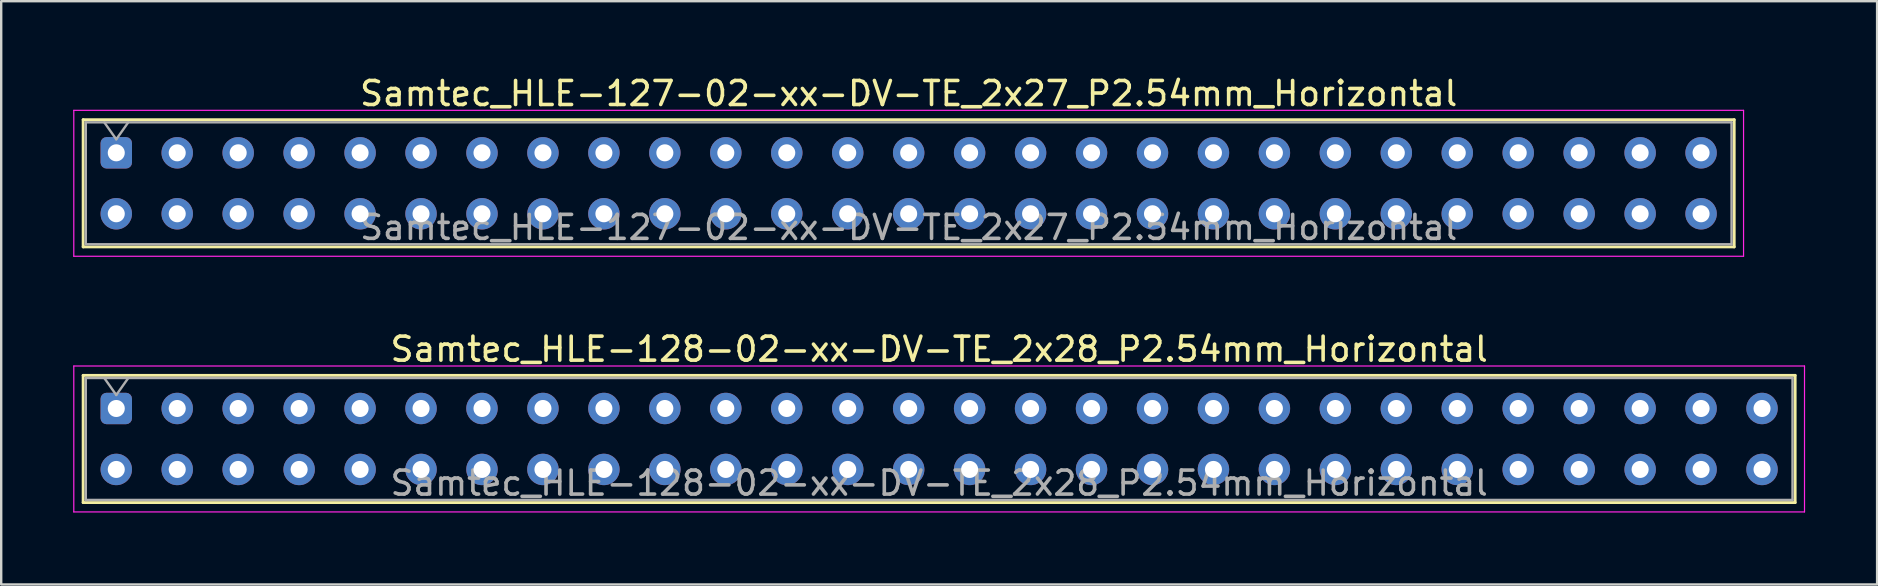
<source format=kicad_pcb>
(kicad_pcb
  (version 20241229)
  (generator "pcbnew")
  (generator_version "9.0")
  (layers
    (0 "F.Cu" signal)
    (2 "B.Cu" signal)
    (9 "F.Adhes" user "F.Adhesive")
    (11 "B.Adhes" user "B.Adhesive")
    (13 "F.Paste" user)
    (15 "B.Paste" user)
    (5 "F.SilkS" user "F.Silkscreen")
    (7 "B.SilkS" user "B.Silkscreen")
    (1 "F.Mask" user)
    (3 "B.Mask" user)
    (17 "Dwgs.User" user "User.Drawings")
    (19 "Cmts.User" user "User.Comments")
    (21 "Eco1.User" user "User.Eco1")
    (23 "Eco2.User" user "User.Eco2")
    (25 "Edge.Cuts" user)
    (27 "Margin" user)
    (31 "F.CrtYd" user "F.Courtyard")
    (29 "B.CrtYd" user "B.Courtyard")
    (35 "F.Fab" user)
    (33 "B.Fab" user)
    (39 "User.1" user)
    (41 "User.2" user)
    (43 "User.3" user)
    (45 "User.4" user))
  (footprint "Samtec_HLE-127-02-xx-DV-TE_2x27_P2.54mm_Horizontal"
    (layer "F.Cu")
    (at 1.795 3.318)
    (property "Reference" "Samtec_HLE-127-02-xx-DV-TE_2x27_P2.54mm_Horizontal" (at 33.02 -2.47 0) (layer "F.SilkS") (effects (font (size 1 1) (thickness 0.15))))
    (attr through_hole)
    (fp_line (start -1.38 -1.38) (end 67.42 -1.38) (stroke (width 0.12) (type solid)) (layer "F.SilkS"))
    (fp_line (start -1.38 3.92) (end -1.38 -1.38) (stroke (width 0.12) (type solid)) (layer "F.SilkS"))
    (fp_line (start 67.42 -1.38) (end 67.42 3.92) (stroke (width 0.12) (type solid)) (layer "F.SilkS"))
    (fp_line (start 67.42 3.92) (end -1.38 3.92) (stroke (width 0.12) (type solid)) (layer "F.SilkS"))
    (fp_line (start -1.77 -1.77) (end 67.81 -1.77) (stroke (width 0.05) (type solid)) (layer "F.CrtYd"))
    (fp_line (start -1.77 4.31) (end -1.77 -1.77) (stroke (width 0.05) (type solid)) (layer "F.CrtYd"))
    (fp_line (start 67.81 -1.77) (end 67.81 4.31) (stroke (width 0.05) (type solid)) (layer "F.CrtYd"))
    (fp_line (start 67.81 4.31) (end -1.77 4.31) (stroke (width 0.05) (type solid)) (layer "F.CrtYd"))
    (fp_line (start -1.27 -1.27) (end 67.31 -1.27) (stroke (width 0.1) (type solid)) (layer "F.Fab"))
    (fp_line (start -1.27 3.81) (end -1.27 -1.27) (stroke (width 0.1) (type solid)) (layer "F.Fab"))
    (fp_line (start -0.5 -1.27) (end 0 -0.563) (stroke (width 0.1) (type solid)) (layer "F.Fab"))
    (fp_line (start 0 -0.563) (end 0.5 -1.27) (stroke (width 0.1) (type solid)) (layer "F.Fab"))
    (fp_line (start 67.31 -1.27) (end 67.31 3.81) (stroke (width 0.1) (type solid)) (layer "F.Fab"))
    (fp_line (start 67.31 3.81) (end -1.27 3.81) (stroke (width 0.1) (type solid)) (layer "F.Fab"))
    (fp_text user "${REFERENCE}" (at 33.02 3.11 0) (layer "F.Fab") (effects (font (size 1 1) (thickness 0.15))))
    (pad "1" thru_hole roundrect (at 0 0) (size 1.31 1.31) (drill 0.71) (layers "*.Cu" "*.Mask") (roundrect_rratio 0.191))
    (pad "2" thru_hole circle (at 0 2.54) (size 1.31 1.31) (drill 0.71) (layers "*.Cu" "*.Mask"))
    (pad "3" thru_hole circle (at 2.54 0) (size 1.31 1.31) (drill 0.71) (layers "*.Cu" "*.Mask"))
    (pad "4" thru_hole circle (at 2.54 2.54) (size 1.31 1.31) (drill 0.71) (layers "*.Cu" "*.Mask"))
    (pad "5" thru_hole circle (at 5.08 0) (size 1.31 1.31) (drill 0.71) (layers "*.Cu" "*.Mask"))
    (pad "6" thru_hole circle (at 5.08 2.54) (size 1.31 1.31) (drill 0.71) (layers "*.Cu" "*.Mask"))
    (pad "7" thru_hole circle (at 7.62 0) (size 1.31 1.31) (drill 0.71) (layers "*.Cu" "*.Mask"))
    (pad "8" thru_hole circle (at 7.62 2.54) (size 1.31 1.31) (drill 0.71) (layers "*.Cu" "*.Mask"))
    (pad "9" thru_hole circle (at 10.16 0) (size 1.31 1.31) (drill 0.71) (layers "*.Cu" "*.Mask"))
    (pad "10" thru_hole circle (at 10.16 2.54) (size 1.31 1.31) (drill 0.71) (layers "*.Cu" "*.Mask"))
    (pad "11" thru_hole circle (at 12.7 0) (size 1.31 1.31) (drill 0.71) (layers "*.Cu" "*.Mask"))
    (pad "12" thru_hole circle (at 12.7 2.54) (size 1.31 1.31) (drill 0.71) (layers "*.Cu" "*.Mask"))
    (pad "13" thru_hole circle (at 15.24 0) (size 1.31 1.31) (drill 0.71) (layers "*.Cu" "*.Mask"))
    (pad "14" thru_hole circle (at 15.24 2.54) (size 1.31 1.31) (drill 0.71) (layers "*.Cu" "*.Mask"))
    (pad "15" thru_hole circle (at 17.78 0) (size 1.31 1.31) (drill 0.71) (layers "*.Cu" "*.Mask"))
    (pad "16" thru_hole circle (at 17.78 2.54) (size 1.31 1.31) (drill 0.71) (layers "*.Cu" "*.Mask"))
    (pad "17" thru_hole circle (at 20.32 0) (size 1.31 1.31) (drill 0.71) (layers "*.Cu" "*.Mask"))
    (pad "18" thru_hole circle (at 20.32 2.54) (size 1.31 1.31) (drill 0.71) (layers "*.Cu" "*.Mask"))
    (pad "19" thru_hole circle (at 22.86 0) (size 1.31 1.31) (drill 0.71) (layers "*.Cu" "*.Mask"))
    (pad "20" thru_hole circle (at 22.86 2.54) (size 1.31 1.31) (drill 0.71) (layers "*.Cu" "*.Mask"))
    (pad "21" thru_hole circle (at 25.4 0) (size 1.31 1.31) (drill 0.71) (layers "*.Cu" "*.Mask"))
    (pad "22" thru_hole circle (at 25.4 2.54) (size 1.31 1.31) (drill 0.71) (layers "*.Cu" "*.Mask"))
    (pad "23" thru_hole circle (at 27.94 0) (size 1.31 1.31) (drill 0.71) (layers "*.Cu" "*.Mask"))
    (pad "24" thru_hole circle (at 27.94 2.54) (size 1.31 1.31) (drill 0.71) (layers "*.Cu" "*.Mask"))
    (pad "25" thru_hole circle (at 30.48 0) (size 1.31 1.31) (drill 0.71) (layers "*.Cu" "*.Mask"))
    (pad "26" thru_hole circle (at 30.48 2.54) (size 1.31 1.31) (drill 0.71) (layers "*.Cu" "*.Mask"))
    (pad "27" thru_hole circle (at 33.02 0) (size 1.31 1.31) (drill 0.71) (layers "*.Cu" "*.Mask"))
    (pad "28" thru_hole circle (at 33.02 2.54) (size 1.31 1.31) (drill 0.71) (layers "*.Cu" "*.Mask"))
    (pad "29" thru_hole circle (at 35.56 0) (size 1.31 1.31) (drill 0.71) (layers "*.Cu" "*.Mask"))
    (pad "30" thru_hole circle (at 35.56 2.54) (size 1.31 1.31) (drill 0.71) (layers "*.Cu" "*.Mask"))
    (pad "31" thru_hole circle (at 38.1 0) (size 1.31 1.31) (drill 0.71) (layers "*.Cu" "*.Mask"))
    (pad "32" thru_hole circle (at 38.1 2.54) (size 1.31 1.31) (drill 0.71) (layers "*.Cu" "*.Mask"))
    (pad "33" thru_hole circle (at 40.64 0) (size 1.31 1.31) (drill 0.71) (layers "*.Cu" "*.Mask"))
    (pad "34" thru_hole circle (at 40.64 2.54) (size 1.31 1.31) (drill 0.71) (layers "*.Cu" "*.Mask"))
    (pad "35" thru_hole circle (at 43.18 0) (size 1.31 1.31) (drill 0.71) (layers "*.Cu" "*.Mask"))
    (pad "36" thru_hole circle (at 43.18 2.54) (size 1.31 1.31) (drill 0.71) (layers "*.Cu" "*.Mask"))
    (pad "37" thru_hole circle (at 45.72 0) (size 1.31 1.31) (drill 0.71) (layers "*.Cu" "*.Mask"))
    (pad "38" thru_hole circle (at 45.72 2.54) (size 1.31 1.31) (drill 0.71) (layers "*.Cu" "*.Mask"))
    (pad "39" thru_hole circle (at 48.26 0) (size 1.31 1.31) (drill 0.71) (layers "*.Cu" "*.Mask"))
    (pad "40" thru_hole circle (at 48.26 2.54) (size 1.31 1.31) (drill 0.71) (layers "*.Cu" "*.Mask"))
    (pad "41" thru_hole circle (at 50.8 0) (size 1.31 1.31) (drill 0.71) (layers "*.Cu" "*.Mask"))
    (pad "42" thru_hole circle (at 50.8 2.54) (size 1.31 1.31) (drill 0.71) (layers "*.Cu" "*.Mask"))
    (pad "43" thru_hole circle (at 53.34 0) (size 1.31 1.31) (drill 0.71) (layers "*.Cu" "*.Mask"))
    (pad "44" thru_hole circle (at 53.34 2.54) (size 1.31 1.31) (drill 0.71) (layers "*.Cu" "*.Mask"))
    (pad "45" thru_hole circle (at 55.88 0) (size 1.31 1.31) (drill 0.71) (layers "*.Cu" "*.Mask"))
    (pad "46" thru_hole circle (at 55.88 2.54) (size 1.31 1.31) (drill 0.71) (layers "*.Cu" "*.Mask"))
    (pad "47" thru_hole circle (at 58.42 0) (size 1.31 1.31) (drill 0.71) (layers "*.Cu" "*.Mask"))
    (pad "48" thru_hole circle (at 58.42 2.54) (size 1.31 1.31) (drill 0.71) (layers "*.Cu" "*.Mask"))
    (pad "49" thru_hole circle (at 60.96 0) (size 1.31 1.31) (drill 0.71) (layers "*.Cu" "*.Mask"))
    (pad "50" thru_hole circle (at 60.96 2.54) (size 1.31 1.31) (drill 0.71) (layers "*.Cu" "*.Mask"))
    (pad "51" thru_hole circle (at 63.5 0) (size 1.31 1.31) (drill 0.71) (layers "*.Cu" "*.Mask"))
    (pad "52" thru_hole circle (at 63.5 2.54) (size 1.31 1.31) (drill 0.71) (layers "*.Cu" "*.Mask"))
    (pad "53" thru_hole circle (at 66.04 0) (size 1.31 1.31) (drill 0.71) (layers "*.Cu" "*.Mask"))
    (pad "54" thru_hole circle (at 66.04 2.54) (size 1.31 1.31) (drill 0.71) (layers "*.Cu" "*.Mask")))
  (footprint "Samtec_HLE-128-02-xx-DV-TE_2x28_P2.54mm_Horizontal"
    (layer "F.Cu")
    (at 1.795 13.972)
    (property "Reference" "Samtec_HLE-128-02-xx-DV-TE_2x28_P2.54mm_Horizontal" (at 34.29 -2.47 0) (layer "F.SilkS") (effects (font (size 1 1) (thickness 0.15))))
    (attr through_hole)
    (fp_line (start -1.38 -1.38) (end 69.96 -1.38) (stroke (width 0.12) (type solid)) (layer "F.SilkS"))
    (fp_line (start -1.38 3.92) (end -1.38 -1.38) (stroke (width 0.12) (type solid)) (layer "F.SilkS"))
    (fp_line (start 69.96 -1.38) (end 69.96 3.92) (stroke (width 0.12) (type solid)) (layer "F.SilkS"))
    (fp_line (start 69.96 3.92) (end -1.38 3.92) (stroke (width 0.12) (type solid)) (layer "F.SilkS"))
    (fp_line (start -1.77 -1.77) (end 70.35 -1.77) (stroke (width 0.05) (type solid)) (layer "F.CrtYd"))
    (fp_line (start -1.77 4.31) (end -1.77 -1.77) (stroke (width 0.05) (type solid)) (layer "F.CrtYd"))
    (fp_line (start 70.35 -1.77) (end 70.35 4.31) (stroke (width 0.05) (type solid)) (layer "F.CrtYd"))
    (fp_line (start 70.35 4.31) (end -1.77 4.31) (stroke (width 0.05) (type solid)) (layer "F.CrtYd"))
    (fp_line (start -1.27 -1.27) (end 69.85 -1.27) (stroke (width 0.1) (type solid)) (layer "F.Fab"))
    (fp_line (start -1.27 3.81) (end -1.27 -1.27) (stroke (width 0.1) (type solid)) (layer "F.Fab"))
    (fp_line (start -0.5 -1.27) (end 0 -0.563) (stroke (width 0.1) (type solid)) (layer "F.Fab"))
    (fp_line (start 0 -0.563) (end 0.5 -1.27) (stroke (width 0.1) (type solid)) (layer "F.Fab"))
    (fp_line (start 69.85 -1.27) (end 69.85 3.81) (stroke (width 0.1) (type solid)) (layer "F.Fab"))
    (fp_line (start 69.85 3.81) (end -1.27 3.81) (stroke (width 0.1) (type solid)) (layer "F.Fab"))
    (fp_text user "${REFERENCE}" (at 34.29 3.11 0) (layer "F.Fab") (effects (font (size 1 1) (thickness 0.15))))
    (pad "1" thru_hole roundrect (at 0 0) (size 1.31 1.31) (drill 0.71) (layers "*.Cu" "*.Mask") (roundrect_rratio 0.191))
    (pad "2" thru_hole circle (at 0 2.54) (size 1.31 1.31) (drill 0.71) (layers "*.Cu" "*.Mask"))
    (pad "3" thru_hole circle (at 2.54 0) (size 1.31 1.31) (drill 0.71) (layers "*.Cu" "*.Mask"))
    (pad "4" thru_hole circle (at 2.54 2.54) (size 1.31 1.31) (drill 0.71) (layers "*.Cu" "*.Mask"))
    (pad "5" thru_hole circle (at 5.08 0) (size 1.31 1.31) (drill 0.71) (layers "*.Cu" "*.Mask"))
    (pad "6" thru_hole circle (at 5.08 2.54) (size 1.31 1.31) (drill 0.71) (layers "*.Cu" "*.Mask"))
    (pad "7" thru_hole circle (at 7.62 0) (size 1.31 1.31) (drill 0.71) (layers "*.Cu" "*.Mask"))
    (pad "8" thru_hole circle (at 7.62 2.54) (size 1.31 1.31) (drill 0.71) (layers "*.Cu" "*.Mask"))
    (pad "9" thru_hole circle (at 10.16 0) (size 1.31 1.31) (drill 0.71) (layers "*.Cu" "*.Mask"))
    (pad "10" thru_hole circle (at 10.16 2.54) (size 1.31 1.31) (drill 0.71) (layers "*.Cu" "*.Mask"))
    (pad "11" thru_hole circle (at 12.7 0) (size 1.31 1.31) (drill 0.71) (layers "*.Cu" "*.Mask"))
    (pad "12" thru_hole circle (at 12.7 2.54) (size 1.31 1.31) (drill 0.71) (layers "*.Cu" "*.Mask"))
    (pad "13" thru_hole circle (at 15.24 0) (size 1.31 1.31) (drill 0.71) (layers "*.Cu" "*.Mask"))
    (pad "14" thru_hole circle (at 15.24 2.54) (size 1.31 1.31) (drill 0.71) (layers "*.Cu" "*.Mask"))
    (pad "15" thru_hole circle (at 17.78 0) (size 1.31 1.31) (drill 0.71) (layers "*.Cu" "*.Mask"))
    (pad "16" thru_hole circle (at 17.78 2.54) (size 1.31 1.31) (drill 0.71) (layers "*.Cu" "*.Mask"))
    (pad "17" thru_hole circle (at 20.32 0) (size 1.31 1.31) (drill 0.71) (layers "*.Cu" "*.Mask"))
    (pad "18" thru_hole circle (at 20.32 2.54) (size 1.31 1.31) (drill 0.71) (layers "*.Cu" "*.Mask"))
    (pad "19" thru_hole circle (at 22.86 0) (size 1.31 1.31) (drill 0.71) (layers "*.Cu" "*.Mask"))
    (pad "20" thru_hole circle (at 22.86 2.54) (size 1.31 1.31) (drill 0.71) (layers "*.Cu" "*.Mask"))
    (pad "21" thru_hole circle (at 25.4 0) (size 1.31 1.31) (drill 0.71) (layers "*.Cu" "*.Mask"))
    (pad "22" thru_hole circle (at 25.4 2.54) (size 1.31 1.31) (drill 0.71) (layers "*.Cu" "*.Mask"))
    (pad "23" thru_hole circle (at 27.94 0) (size 1.31 1.31) (drill 0.71) (layers "*.Cu" "*.Mask"))
    (pad "24" thru_hole circle (at 27.94 2.54) (size 1.31 1.31) (drill 0.71) (layers "*.Cu" "*.Mask"))
    (pad "25" thru_hole circle (at 30.48 0) (size 1.31 1.31) (drill 0.71) (layers "*.Cu" "*.Mask"))
    (pad "26" thru_hole circle (at 30.48 2.54) (size 1.31 1.31) (drill 0.71) (layers "*.Cu" "*.Mask"))
    (pad "27" thru_hole circle (at 33.02 0) (size 1.31 1.31) (drill 0.71) (layers "*.Cu" "*.Mask"))
    (pad "28" thru_hole circle (at 33.02 2.54) (size 1.31 1.31) (drill 0.71) (layers "*.Cu" "*.Mask"))
    (pad "29" thru_hole circle (at 35.56 0) (size 1.31 1.31) (drill 0.71) (layers "*.Cu" "*.Mask"))
    (pad "30" thru_hole circle (at 35.56 2.54) (size 1.31 1.31) (drill 0.71) (layers "*.Cu" "*.Mask"))
    (pad "31" thru_hole circle (at 38.1 0) (size 1.31 1.31) (drill 0.71) (layers "*.Cu" "*.Mask"))
    (pad "32" thru_hole circle (at 38.1 2.54) (size 1.31 1.31) (drill 0.71) (layers "*.Cu" "*.Mask"))
    (pad "33" thru_hole circle (at 40.64 0) (size 1.31 1.31) (drill 0.71) (layers "*.Cu" "*.Mask"))
    (pad "34" thru_hole circle (at 40.64 2.54) (size 1.31 1.31) (drill 0.71) (layers "*.Cu" "*.Mask"))
    (pad "35" thru_hole circle (at 43.18 0) (size 1.31 1.31) (drill 0.71) (layers "*.Cu" "*.Mask"))
    (pad "36" thru_hole circle (at 43.18 2.54) (size 1.31 1.31) (drill 0.71) (layers "*.Cu" "*.Mask"))
    (pad "37" thru_hole circle (at 45.72 0) (size 1.31 1.31) (drill 0.71) (layers "*.Cu" "*.Mask"))
    (pad "38" thru_hole circle (at 45.72 2.54) (size 1.31 1.31) (drill 0.71) (layers "*.Cu" "*.Mask"))
    (pad "39" thru_hole circle (at 48.26 0) (size 1.31 1.31) (drill 0.71) (layers "*.Cu" "*.Mask"))
    (pad "40" thru_hole circle (at 48.26 2.54) (size 1.31 1.31) (drill 0.71) (layers "*.Cu" "*.Mask"))
    (pad "41" thru_hole circle (at 50.8 0) (size 1.31 1.31) (drill 0.71) (layers "*.Cu" "*.Mask"))
    (pad "42" thru_hole circle (at 50.8 2.54) (size 1.31 1.31) (drill 0.71) (layers "*.Cu" "*.Mask"))
    (pad "43" thru_hole circle (at 53.34 0) (size 1.31 1.31) (drill 0.71) (layers "*.Cu" "*.Mask"))
    (pad "44" thru_hole circle (at 53.34 2.54) (size 1.31 1.31) (drill 0.71) (layers "*.Cu" "*.Mask"))
    (pad "45" thru_hole circle (at 55.88 0) (size 1.31 1.31) (drill 0.71) (layers "*.Cu" "*.Mask"))
    (pad "46" thru_hole circle (at 55.88 2.54) (size 1.31 1.31) (drill 0.71) (layers "*.Cu" "*.Mask"))
    (pad "47" thru_hole circle (at 58.42 0) (size 1.31 1.31) (drill 0.71) (layers "*.Cu" "*.Mask"))
    (pad "48" thru_hole circle (at 58.42 2.54) (size 1.31 1.31) (drill 0.71) (layers "*.Cu" "*.Mask"))
    (pad "49" thru_hole circle (at 60.96 0) (size 1.31 1.31) (drill 0.71) (layers "*.Cu" "*.Mask"))
    (pad "50" thru_hole circle (at 60.96 2.54) (size 1.31 1.31) (drill 0.71) (layers "*.Cu" "*.Mask"))
    (pad "51" thru_hole circle (at 63.5 0) (size 1.31 1.31) (drill 0.71) (layers "*.Cu" "*.Mask"))
    (pad "52" thru_hole circle (at 63.5 2.54) (size 1.31 1.31) (drill 0.71) (layers "*.Cu" "*.Mask"))
    (pad "53" thru_hole circle (at 66.04 0) (size 1.31 1.31) (drill 0.71) (layers "*.Cu" "*.Mask"))
    (pad "54" thru_hole circle (at 66.04 2.54) (size 1.31 1.31) (drill 0.71) (layers "*.Cu" "*.Mask"))
    (pad "55" thru_hole circle (at 68.58 0) (size 1.31 1.31) (drill 0.71) (layers "*.Cu" "*.Mask"))
    (pad "56" thru_hole circle (at 68.58 2.54) (size 1.31 1.31) (drill 0.71) (layers "*.Cu" "*.Mask")))
  (gr_rect
    (start -3 -3)
    (end 75.17 21.306)
    (stroke (width 0.1) (type default))
    (fill no)
    (layer "Edge.Cuts")))
</source>
